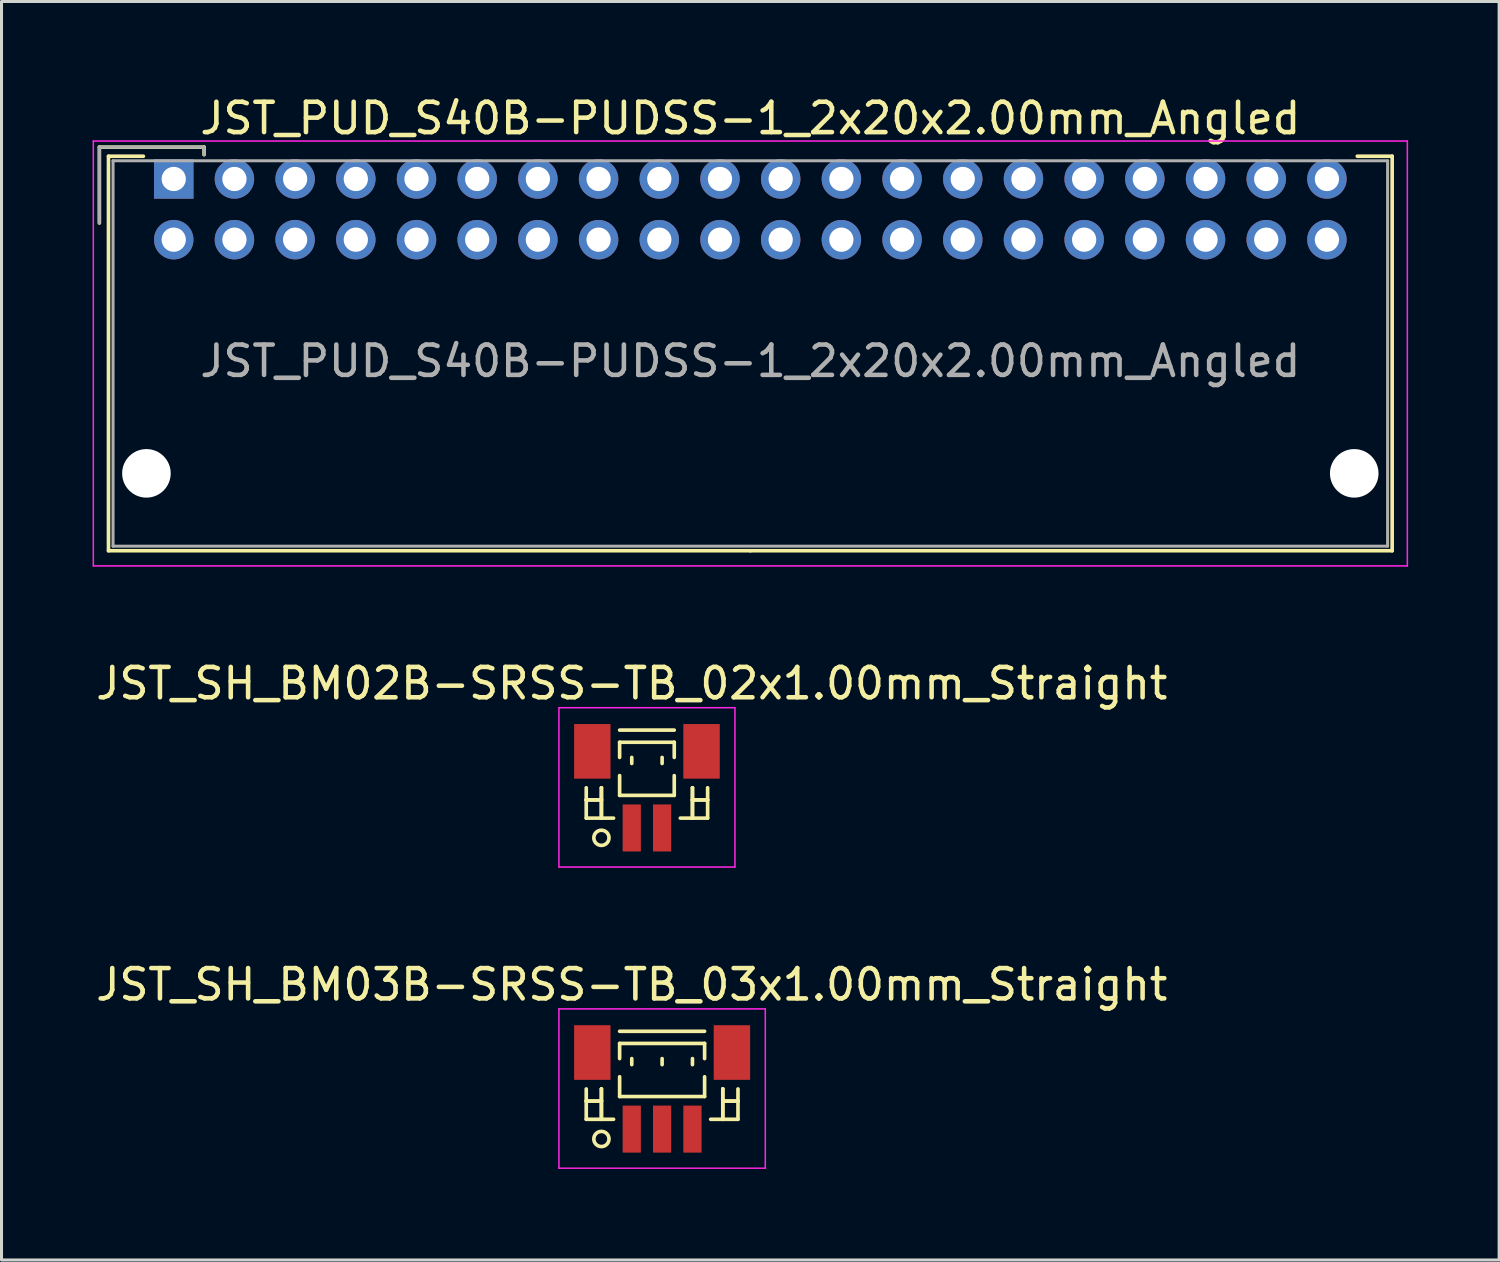
<source format=kicad_pcb>
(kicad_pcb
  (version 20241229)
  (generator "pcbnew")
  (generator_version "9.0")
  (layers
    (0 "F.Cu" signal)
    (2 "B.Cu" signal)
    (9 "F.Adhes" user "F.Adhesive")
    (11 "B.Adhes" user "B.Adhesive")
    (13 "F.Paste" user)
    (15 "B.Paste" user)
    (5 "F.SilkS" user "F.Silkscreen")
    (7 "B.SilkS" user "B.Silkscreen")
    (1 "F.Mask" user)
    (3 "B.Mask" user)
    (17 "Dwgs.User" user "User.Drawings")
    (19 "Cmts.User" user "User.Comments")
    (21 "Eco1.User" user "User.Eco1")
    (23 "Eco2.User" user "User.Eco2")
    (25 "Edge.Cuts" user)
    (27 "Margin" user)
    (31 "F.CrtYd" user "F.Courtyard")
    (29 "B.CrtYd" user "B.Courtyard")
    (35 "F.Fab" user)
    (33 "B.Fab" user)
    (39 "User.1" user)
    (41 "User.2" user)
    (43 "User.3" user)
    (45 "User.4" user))
  (footprint "JST_SH_BM02B-SRSS-TB_02x1.00mm_Straight"
    (layer "F.Cu")
    (at 18.268 22.971)
    (property "Reference" "JST_SH_BM02B-SRSS-TB_02x1.00mm_Straight" (at -0.5 -3.5 0) (layer "F.SilkS") (effects (font (size 1 1) (thickness 0.15))))
    (attr smd)
    (fp_line (start -2 -0.062) (end -2 0.938) (stroke (width 0.12) (type solid)) (layer "F.SilkS"))
    (fp_line (start -2 0.338) (end -2 0.338) (stroke (width 0.12) (type solid)) (layer "F.SilkS"))
    (fp_line (start -2 0.338) (end -1.5 0.338) (stroke (width 0.12) (type solid)) (layer "F.SilkS"))
    (fp_line (start -2 0.938) (end -1.1 0.938) (stroke (width 0.12) (type solid)) (layer "F.SilkS"))
    (fp_line (start -1.5 -0.062) (end -1.5 -0.062) (stroke (width 0.12) (type solid)) (layer "F.SilkS"))
    (fp_line (start -1.5 -0.062) (end -1.5 0.938) (stroke (width 0.12) (type solid)) (layer "F.SilkS"))
    (fp_line (start -1.5 0.338) (end -2 0.338) (stroke (width 0.12) (type solid)) (layer "F.SilkS"))
    (fp_line (start -1.5 0.338) (end -1.5 0.338) (stroke (width 0.12) (type solid)) (layer "F.SilkS"))
    (fp_line (start -1.5 0.938) (end -1.5 -0.062) (stroke (width 0.12) (type solid)) (layer "F.SilkS"))
    (fp_line (start -1.5 0.938) (end -1.5 0.938) (stroke (width 0.12) (type solid)) (layer "F.SilkS"))
    (fp_line (start -0.9 -1.962) (end 0.9 -1.962) (stroke (width 0.12) (type solid)) (layer "F.SilkS"))
    (fp_line (start -0.9 -1.562) (end 0.9 -1.562) (stroke (width 0.12) (type solid)) (layer "F.SilkS"))
    (fp_line (start -0.9 -1.062) (end -0.9 -1.562) (stroke (width 0.12) (type solid)) (layer "F.SilkS"))
    (fp_line (start -0.9 -0.463) (end -0.9 0.188) (stroke (width 0.12) (type solid)) (layer "F.SilkS"))
    (fp_line (start -0.9 0.188) (end 0.9 0.188) (stroke (width 0.12) (type solid)) (layer "F.SilkS"))
    (fp_line (start -0.5 -1.062) (end -0.5 -0.863) (stroke (width 0.12) (type solid)) (layer "F.SilkS"))
    (fp_line (start 0.5 -1.062) (end 0.5 -0.863) (stroke (width 0.12) (type solid)) (layer "F.SilkS"))
    (fp_line (start 0.9 -1.562) (end 0.9 -1.062) (stroke (width 0.12) (type solid)) (layer "F.SilkS"))
    (fp_line (start 0.9 0.188) (end 0.9 -0.463) (stroke (width 0.12) (type solid)) (layer "F.SilkS"))
    (fp_line (start 1.5 -0.062) (end 1.5 -0.062) (stroke (width 0.12) (type solid)) (layer "F.SilkS"))
    (fp_line (start 1.5 -0.062) (end 1.5 0.938) (stroke (width 0.12) (type solid)) (layer "F.SilkS"))
    (fp_line (start 1.5 0.338) (end 1.5 0.338) (stroke (width 0.12) (type solid)) (layer "F.SilkS"))
    (fp_line (start 1.5 0.338) (end 2 0.338) (stroke (width 0.12) (type solid)) (layer "F.SilkS"))
    (fp_line (start 1.5 0.938) (end 1.5 -0.062) (stroke (width 0.12) (type solid)) (layer "F.SilkS"))
    (fp_line (start 1.5 0.938) (end 1.5 0.938) (stroke (width 0.12) (type solid)) (layer "F.SilkS"))
    (fp_line (start 2 -0.062) (end 2 0.938) (stroke (width 0.12) (type solid)) (layer "F.SilkS"))
    (fp_line (start 2 0.338) (end 1.5 0.338) (stroke (width 0.12) (type solid)) (layer "F.SilkS"))
    (fp_line (start 2 0.338) (end 2 0.338) (stroke (width 0.12) (type solid)) (layer "F.SilkS"))
    (fp_line (start 2 0.938) (end 1.1 0.938) (stroke (width 0.12) (type solid)) (layer "F.SilkS"))
    (fp_circle (center -1.5 1.587) (end -1.25 1.587) (stroke (width 0.12) (type solid)) (fill no) (layer "F.SilkS"))
    (fp_line (start -2.9 -2.7) (end 2.9 -2.7) (stroke (width 0.05) (type solid)) (layer "F.CrtYd"))
    (fp_line (start -2.9 2.55) (end -2.9 -2.7) (stroke (width 0.05) (type solid)) (layer "F.CrtYd"))
    (fp_line (start 2.9 -2.7) (end 2.9 2.55) (stroke (width 0.05) (type solid)) (layer "F.CrtYd"))
    (fp_line (start 2.9 2.55) (end -2.9 2.55) (stroke (width 0.05) (type solid)) (layer "F.CrtYd"))
    (pad "" smd rect (at -1.8 -1.262) (size 1.2 1.8) (layers "F.Cu" "F.Mask" "F.Paste"))
    (pad "" smd rect (at 1.8 -1.262) (size 1.2 1.8) (layers "F.Cu" "F.Mask" "F.Paste"))
    (pad "1" smd rect (at -0.5 1.262) (size 0.6 1.55) (layers "F.Cu" "F.Mask" "F.Paste"))
    (pad "2" smd rect (at 0.5 1.262) (size 0.6 1.55) (layers "F.Cu" "F.Mask" "F.Paste")))
  (footprint "JST_PUD_S40B-PUDSS-1_2x20x2.00mm_Angled"
    (layer "F.Cu")
    (at 2.675 2.848)
    (property "Reference" "JST_PUD_S40B-PUDSS-1_2x20x2.00mm_Angled" (at 19 -2 0) (layer "F.SilkS") (effects (font (size 1 1) (thickness 0.15))))
    (attr through_hole)
    (fp_line (start -2.45 -1.05) (end -2.45 1.45) (stroke (width 0.12) (type solid)) (layer "F.SilkS"))
    (fp_line (start -2.15 -0.75) (end -2.15 12.25) (stroke (width 0.12) (type solid)) (layer "F.SilkS"))
    (fp_line (start -2.15 12.25) (end 19 12.25) (stroke (width 0.12) (type solid)) (layer "F.SilkS"))
    (fp_line (start -1 -0.75) (end -2.15 -0.75) (stroke (width 0.12) (type solid)) (layer "F.SilkS"))
    (fp_line (start 1 -1.05) (end -2.45 -1.05) (stroke (width 0.12) (type solid)) (layer "F.SilkS"))
    (fp_line (start 1 -0.8) (end 1 -1.05) (stroke (width 0.12) (type solid)) (layer "F.SilkS"))
    (fp_line (start 39 -0.75) (end 40.15 -0.75) (stroke (width 0.12) (type solid)) (layer "F.SilkS"))
    (fp_line (start 40.15 -0.75) (end 40.15 12.25) (stroke (width 0.12) (type solid)) (layer "F.SilkS"))
    (fp_line (start 40.15 12.25) (end 19 12.25) (stroke (width 0.12) (type solid)) (layer "F.SilkS"))
    (fp_line (start -2.65 -1.25) (end -2.65 12.75) (stroke (width 0.05) (type solid)) (layer "F.CrtYd"))
    (fp_line (start -2.65 12.75) (end 40.65 12.75) (stroke (width 0.05) (type solid)) (layer "F.CrtYd"))
    (fp_line (start 40.65 -1.25) (end -2.65 -1.25) (stroke (width 0.05) (type solid)) (layer "F.CrtYd"))
    (fp_line (start 40.65 12.75) (end 40.65 -1.25) (stroke (width 0.05) (type solid)) (layer "F.CrtYd"))
    (fp_line (start -2.45 -1.05) (end -2.45 1.45) (stroke (width 0.1) (type solid)) (layer "F.Fab"))
    (fp_line (start -2 -0.6) (end -2 12.1) (stroke (width 0.1) (type solid)) (layer "F.Fab"))
    (fp_line (start -2 12.1) (end 40 12.1) (stroke (width 0.1) (type solid)) (layer "F.Fab"))
    (fp_line (start 1 -1.05) (end -2.45 -1.05) (stroke (width 0.1) (type solid)) (layer "F.Fab"))
    (fp_line (start 1 -0.8) (end 1 -1.05) (stroke (width 0.1) (type solid)) (layer "F.Fab"))
    (fp_line (start 40 -0.6) (end -2 -0.6) (stroke (width 0.1) (type solid)) (layer "F.Fab"))
    (fp_line (start 40 12.1) (end 40 -0.6) (stroke (width 0.1) (type solid)) (layer "F.Fab"))
    (fp_text user "${REFERENCE}" (at 19 6 0) (layer "F.Fab") (effects (font (size 1 1) (thickness 0.15))))
    (pad "" np_thru_hole circle (at -0.9 9.7) (size 1.6 1.6) (drill 1.6) (layers "*.Cu"))
    (pad "" np_thru_hole circle (at 38.9 9.7) (size 1.6 1.6) (drill 1.6) (layers "*.Cu"))
    (pad "1" thru_hole rect (at 0 0) (size 1.3 1.3) (drill 0.8) (layers "*.Cu" "*.Mask"))
    (pad "2" thru_hole circle (at 0 2) (size 1.3 1.3) (drill 0.8) (layers "*.Cu" "*.Mask"))
    (pad "3" thru_hole circle (at 2 0) (size 1.3 1.3) (drill 0.8) (layers "*.Cu" "*.Mask"))
    (pad "4" thru_hole circle (at 2 2) (size 1.3 1.3) (drill 0.8) (layers "*.Cu" "*.Mask"))
    (pad "5" thru_hole circle (at 4 0) (size 1.3 1.3) (drill 0.8) (layers "*.Cu" "*.Mask"))
    (pad "6" thru_hole circle (at 4 2) (size 1.3 1.3) (drill 0.8) (layers "*.Cu" "*.Mask"))
    (pad "7" thru_hole circle (at 6 0) (size 1.3 1.3) (drill 0.8) (layers "*.Cu" "*.Mask"))
    (pad "8" thru_hole circle (at 6 2) (size 1.3 1.3) (drill 0.8) (layers "*.Cu" "*.Mask"))
    (pad "9" thru_hole circle (at 8 0) (size 1.3 1.3) (drill 0.8) (layers "*.Cu" "*.Mask"))
    (pad "10" thru_hole circle (at 8 2) (size 1.3 1.3) (drill 0.8) (layers "*.Cu" "*.Mask"))
    (pad "11" thru_hole circle (at 10 0) (size 1.3 1.3) (drill 0.8) (layers "*.Cu" "*.Mask"))
    (pad "12" thru_hole circle (at 10 2) (size 1.3 1.3) (drill 0.8) (layers "*.Cu" "*.Mask"))
    (pad "13" thru_hole circle (at 12 0) (size 1.3 1.3) (drill 0.8) (layers "*.Cu" "*.Mask"))
    (pad "14" thru_hole circle (at 12 2) (size 1.3 1.3) (drill 0.8) (layers "*.Cu" "*.Mask"))
    (pad "15" thru_hole circle (at 14 0) (size 1.3 1.3) (drill 0.8) (layers "*.Cu" "*.Mask"))
    (pad "16" thru_hole circle (at 14 2) (size 1.3 1.3) (drill 0.8) (layers "*.Cu" "*.Mask"))
    (pad "17" thru_hole circle (at 16 0) (size 1.3 1.3) (drill 0.8) (layers "*.Cu" "*.Mask"))
    (pad "18" thru_hole circle (at 16 2) (size 1.3 1.3) (drill 0.8) (layers "*.Cu" "*.Mask"))
    (pad "19" thru_hole circle (at 18 0) (size 1.3 1.3) (drill 0.8) (layers "*.Cu" "*.Mask"))
    (pad "20" thru_hole circle (at 18 2) (size 1.3 1.3) (drill 0.8) (layers "*.Cu" "*.Mask"))
    (pad "21" thru_hole circle (at 20 0) (size 1.3 1.3) (drill 0.8) (layers "*.Cu" "*.Mask"))
    (pad "22" thru_hole circle (at 20 2) (size 1.3 1.3) (drill 0.8) (layers "*.Cu" "*.Mask"))
    (pad "23" thru_hole circle (at 22 0) (size 1.3 1.3) (drill 0.8) (layers "*.Cu" "*.Mask"))
    (pad "24" thru_hole circle (at 22 2) (size 1.3 1.3) (drill 0.8) (layers "*.Cu" "*.Mask"))
    (pad "25" thru_hole circle (at 24 0) (size 1.3 1.3) (drill 0.8) (layers "*.Cu" "*.Mask"))
    (pad "26" thru_hole circle (at 24 2) (size 1.3 1.3) (drill 0.8) (layers "*.Cu" "*.Mask"))
    (pad "27" thru_hole circle (at 26 0) (size 1.3 1.3) (drill 0.8) (layers "*.Cu" "*.Mask"))
    (pad "28" thru_hole circle (at 26 2) (size 1.3 1.3) (drill 0.8) (layers "*.Cu" "*.Mask"))
    (pad "29" thru_hole circle (at 28 0) (size 1.3 1.3) (drill 0.8) (layers "*.Cu" "*.Mask"))
    (pad "30" thru_hole circle (at 28 2) (size 1.3 1.3) (drill 0.8) (layers "*.Cu" "*.Mask"))
    (pad "31" thru_hole circle (at 30 0) (size 1.3 1.3) (drill 0.8) (layers "*.Cu" "*.Mask"))
    (pad "32" thru_hole circle (at 30 2) (size 1.3 1.3) (drill 0.8) (layers "*.Cu" "*.Mask"))
    (pad "33" thru_hole circle (at 32 0) (size 1.3 1.3) (drill 0.8) (layers "*.Cu" "*.Mask"))
    (pad "34" thru_hole circle (at 32 2) (size 1.3 1.3) (drill 0.8) (layers "*.Cu" "*.Mask"))
    (pad "35" thru_hole circle (at 34 0) (size 1.3 1.3) (drill 0.8) (layers "*.Cu" "*.Mask"))
    (pad "36" thru_hole circle (at 34 2) (size 1.3 1.3) (drill 0.8) (layers "*.Cu" "*.Mask"))
    (pad "37" thru_hole circle (at 36 0) (size 1.3 1.3) (drill 0.8) (layers "*.Cu" "*.Mask"))
    (pad "38" thru_hole circle (at 36 2) (size 1.3 1.3) (drill 0.8) (layers "*.Cu" "*.Mask"))
    (pad "39" thru_hole circle (at 38 0) (size 1.3 1.3) (drill 0.8) (layers "*.Cu" "*.Mask"))
    (pad "40" thru_hole circle (at 38 2) (size 1.3 1.3) (drill 0.8) (layers "*.Cu" "*.Mask")))
  (footprint "JST_SH_BM03B-SRSS-TB_03x1.00mm_Straight"
    (layer "F.Cu")
    (at 18.768 32.895)
    (property "Reference" "JST_SH_BM03B-SRSS-TB_03x1.00mm_Straight" (at -1 -3.5 0) (layer "F.SilkS") (effects (font (size 1 1) (thickness 0.15))))
    (attr smd)
    (fp_line (start -2.5 -0.062) (end -2.5 0.938) (stroke (width 0.12) (type solid)) (layer "F.SilkS"))
    (fp_line (start -2.5 0.338) (end -2.5 0.338) (stroke (width 0.12) (type solid)) (layer "F.SilkS"))
    (fp_line (start -2.5 0.338) (end -2 0.338) (stroke (width 0.12) (type solid)) (layer "F.SilkS"))
    (fp_line (start -2.5 0.938) (end -1.6 0.938) (stroke (width 0.12) (type solid)) (layer "F.SilkS"))
    (fp_line (start -2 -0.062) (end -2 -0.062) (stroke (width 0.12) (type solid)) (layer "F.SilkS"))
    (fp_line (start -2 -0.062) (end -2 0.938) (stroke (width 0.12) (type solid)) (layer "F.SilkS"))
    (fp_line (start -2 0.338) (end -2.5 0.338) (stroke (width 0.12) (type solid)) (layer "F.SilkS"))
    (fp_line (start -2 0.338) (end -2 0.338) (stroke (width 0.12) (type solid)) (layer "F.SilkS"))
    (fp_line (start -2 0.938) (end -2 -0.062) (stroke (width 0.12) (type solid)) (layer "F.SilkS"))
    (fp_line (start -2 0.938) (end -2 0.938) (stroke (width 0.12) (type solid)) (layer "F.SilkS"))
    (fp_line (start -1.4 -1.962) (end 1.4 -1.962) (stroke (width 0.12) (type solid)) (layer "F.SilkS"))
    (fp_line (start -1.4 -1.562) (end 1.4 -1.562) (stroke (width 0.12) (type solid)) (layer "F.SilkS"))
    (fp_line (start -1.4 -1.062) (end -1.4 -1.562) (stroke (width 0.12) (type solid)) (layer "F.SilkS"))
    (fp_line (start -1.4 -0.463) (end -1.4 0.188) (stroke (width 0.12) (type solid)) (layer "F.SilkS"))
    (fp_line (start -1.4 0.188) (end 1.4 0.188) (stroke (width 0.12) (type solid)) (layer "F.SilkS"))
    (fp_line (start -1 -1.062) (end -1 -0.863) (stroke (width 0.12) (type solid)) (layer "F.SilkS"))
    (fp_line (start 0 -1.062) (end 0 -0.863) (stroke (width 0.12) (type solid)) (layer "F.SilkS"))
    (fp_line (start 1 -1.062) (end 1 -0.863) (stroke (width 0.12) (type solid)) (layer "F.SilkS"))
    (fp_line (start 1.4 -1.562) (end 1.4 -1.062) (stroke (width 0.12) (type solid)) (layer "F.SilkS"))
    (fp_line (start 1.4 0.188) (end 1.4 -0.463) (stroke (width 0.12) (type solid)) (layer "F.SilkS"))
    (fp_line (start 2 -0.062) (end 2 -0.062) (stroke (width 0.12) (type solid)) (layer "F.SilkS"))
    (fp_line (start 2 -0.062) (end 2 0.938) (stroke (width 0.12) (type solid)) (layer "F.SilkS"))
    (fp_line (start 2 0.338) (end 2 0.338) (stroke (width 0.12) (type solid)) (layer "F.SilkS"))
    (fp_line (start 2 0.338) (end 2.5 0.338) (stroke (width 0.12) (type solid)) (layer "F.SilkS"))
    (fp_line (start 2 0.938) (end 2 -0.062) (stroke (width 0.12) (type solid)) (layer "F.SilkS"))
    (fp_line (start 2 0.938) (end 2 0.938) (stroke (width 0.12) (type solid)) (layer "F.SilkS"))
    (fp_line (start 2.5 -0.062) (end 2.5 0.938) (stroke (width 0.12) (type solid)) (layer "F.SilkS"))
    (fp_line (start 2.5 0.338) (end 2 0.338) (stroke (width 0.12) (type solid)) (layer "F.SilkS"))
    (fp_line (start 2.5 0.338) (end 2.5 0.338) (stroke (width 0.12) (type solid)) (layer "F.SilkS"))
    (fp_line (start 2.5 0.938) (end 1.6 0.938) (stroke (width 0.12) (type solid)) (layer "F.SilkS"))
    (fp_circle (center -2 1.587) (end -1.75 1.587) (stroke (width 0.12) (type solid)) (fill no) (layer "F.SilkS"))
    (fp_line (start -3.4 -2.7) (end 3.4 -2.7) (stroke (width 0.05) (type solid)) (layer "F.CrtYd"))
    (fp_line (start -3.4 2.55) (end -3.4 -2.7) (stroke (width 0.05) (type solid)) (layer "F.CrtYd"))
    (fp_line (start 3.4 -2.7) (end 3.4 2.55) (stroke (width 0.05) (type solid)) (layer "F.CrtYd"))
    (fp_line (start 3.4 2.55) (end -3.4 2.55) (stroke (width 0.05) (type solid)) (layer "F.CrtYd"))
    (pad "" smd rect (at -2.3 -1.262) (size 1.2 1.8) (layers "F.Cu" "F.Mask" "F.Paste"))
    (pad "" smd rect (at 2.3 -1.262) (size 1.2 1.8) (layers "F.Cu" "F.Mask" "F.Paste"))
    (pad "1" smd rect (at -1 1.262) (size 0.6 1.55) (layers "F.Cu" "F.Mask" "F.Paste"))
    (pad "2" smd rect (at 0 1.262) (size 0.6 1.55) (layers "F.Cu" "F.Mask" "F.Paste"))
    (pad "3" smd rect (at 1 1.262) (size 0.6 1.55) (layers "F.Cu" "F.Mask" "F.Paste")))
  (gr_rect
    (start -3 -3)
    (end 46.35 38.47)
    (stroke (width 0.1) (type default))
    (fill no)
    (layer "Edge.Cuts")))
</source>
